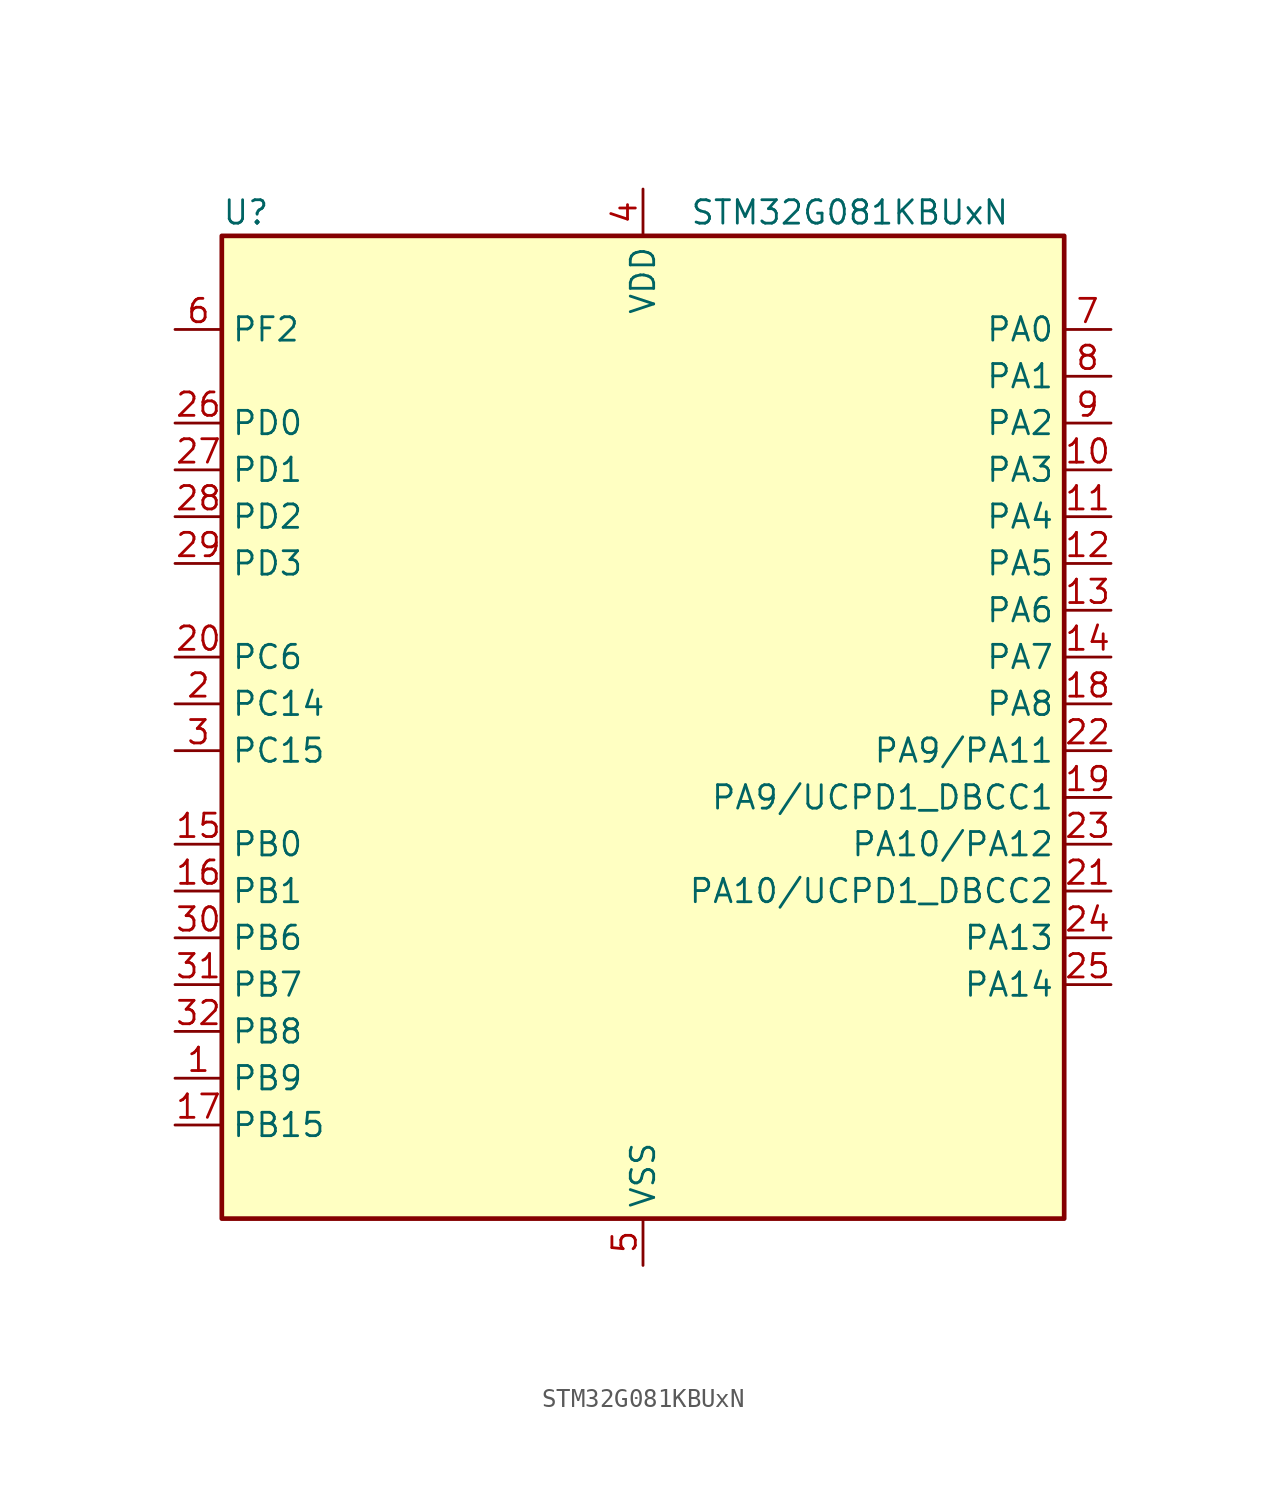
<source format=kicad_sym>
(kicad_symbol_lib
  (version 20231120)
  (generator "kicad-library-utils")
  (generator_version "8.0")
  (symbol "STM32G081KBUxN"
    (property "Reference" "U"
      (at -22.86 29.21 0)
      (effects (font (size 1.27 1.27)) (justify left)))
    (property "Value" "STM32G081KBUxN"
      (at 2.54 29.21 0)
      (effects (font (size 1.27 1.27)) (justify left)))
    (symbol "STM32G081KBUxN_0_1"
      (rectangle (start -22.86 -25.4) (end 22.86 27.94) (stroke (width 0.254) (type default)) (fill (type background))))
    (symbol "STM32G081KBUxN_1_1"
      (pin bidirectional line (at -25.4 -17.78 0) (length 2.54) (name "PB9" (effects (font (size 1.27 1.27)))) (number "1" (effects (font (size 1.27 1.27)))) (alternate "DAC1_EXTI9" bidirectional line) (alternate "I2C1_SDA" bidirectional line) (alternate "IR_OUT" bidirectional line) (alternate "SPI2_NSS" bidirectional line) (alternate "TIM17_CH1" bidirectional line) (alternate "UCPD2_FRSTX1" bidirectional line) (alternate "UCPD2_FRSTX2" bidirectional line) (alternate "USART3_RX" bidirectional line))
      (pin bidirectional line (at 25.4 15.24 180) (length 2.54) (name "PA3" (effects (font (size 1.27 1.27)))) (number "10" (effects (font (size 1.27 1.27)))) (alternate "ADC1_IN3" bidirectional line) (alternate "COMP2_INP" bidirectional line) (alternate "LPUART1_RX" bidirectional line) (alternate "SPI2_MISO" bidirectional line) (alternate "TIM15_CH2" bidirectional line) (alternate "TIM2_CH4" bidirectional line) (alternate "UCPD2_FRSTX1" bidirectional line) (alternate "UCPD2_FRSTX2" bidirectional line) (alternate "USART2_RX" bidirectional line))
      (pin bidirectional line (at 25.4 12.7 180) (length 2.54) (name "PA4" (effects (font (size 1.27 1.27)))) (number "11" (effects (font (size 1.27 1.27)))) (alternate "ADC1_IN4" bidirectional line) (alternate "DAC1_OUT1" bidirectional line) (alternate "I2S1_WS" bidirectional line) (alternate "LPTIM2_OUT" bidirectional line) (alternate "RTC_OUT_ALARM" bidirectional line) (alternate "RTC_OUT_CALIB" bidirectional line) (alternate "RTC_TAMP_IN1" bidirectional line) (alternate "RTC_TS" bidirectional line) (alternate "SPI1_NSS" bidirectional line) (alternate "SPI2_MOSI" bidirectional line) (alternate "SYS_WKUP2" bidirectional line) (alternate "TIM14_CH1" bidirectional line) (alternate "UCPD2_FRSTX1" bidirectional line) (alternate "UCPD2_FRSTX2" bidirectional line))
      (pin bidirectional line (at 25.4 10.16 180) (length 2.54) (name "PA5" (effects (font (size 1.27 1.27)))) (number "12" (effects (font (size 1.27 1.27)))) (alternate "ADC1_IN5" bidirectional line) (alternate "CEC" bidirectional line) (alternate "DAC1_OUT2" bidirectional line) (alternate "I2S1_CK" bidirectional line) (alternate "LPTIM2_ETR" bidirectional line) (alternate "SPI1_SCK" bidirectional line) (alternate "TIM2_CH1" bidirectional line) (alternate "TIM2_ETR" bidirectional line) (alternate "UCPD1_FRSTX1" bidirectional line) (alternate "UCPD1_FRSTX2" bidirectional line) (alternate "USART3_TX" bidirectional line))
      (pin bidirectional line (at 25.4 7.62 180) (length 2.54) (name "PA6" (effects (font (size 1.27 1.27)))) (number "13" (effects (font (size 1.27 1.27)))) (alternate "ADC1_IN6" bidirectional line) (alternate "COMP1_OUT" bidirectional line) (alternate "I2S1_MCK" bidirectional line) (alternate "LPUART1_CTS" bidirectional line) (alternate "SPI1_MISO" bidirectional line) (alternate "TIM16_CH1" bidirectional line) (alternate "TIM1_BK" bidirectional line) (alternate "TIM3_CH1" bidirectional line) (alternate "USART3_CTS" bidirectional line) (alternate "USART3_NSS" bidirectional line))
      (pin bidirectional line (at 25.4 5.08 180) (length 2.54) (name "PA7" (effects (font (size 1.27 1.27)))) (number "14" (effects (font (size 1.27 1.27)))) (alternate "ADC1_IN7" bidirectional line) (alternate "COMP2_OUT" bidirectional line) (alternate "I2S1_SD" bidirectional line) (alternate "SPI1_MOSI" bidirectional line) (alternate "TIM14_CH1" bidirectional line) (alternate "TIM17_CH1" bidirectional line) (alternate "TIM1_CH1N" bidirectional line) (alternate "TIM3_CH2" bidirectional line) (alternate "UCPD1_FRSTX1" bidirectional line) (alternate "UCPD1_FRSTX2" bidirectional line))
      (pin bidirectional line (at -25.4 -5.08 0) (length 2.54) (name "PB0" (effects (font (size 1.27 1.27)))) (number "15" (effects (font (size 1.27 1.27)))) (alternate "ADC1_IN8" bidirectional line) (alternate "COMP1_OUT" bidirectional line) (alternate "I2S1_WS" bidirectional line) (alternate "LPTIM1_OUT" bidirectional line) (alternate "SPI1_NSS" bidirectional line) (alternate "TIM1_CH2N" bidirectional line) (alternate "TIM3_CH3" bidirectional line) (alternate "UCPD1_FRSTX1" bidirectional line) (alternate "UCPD1_FRSTX2" bidirectional line) (alternate "USART3_RX" bidirectional line))
      (pin bidirectional line (at -25.4 -7.62 0) (length 2.54) (name "PB1" (effects (font (size 1.27 1.27)))) (number "16" (effects (font (size 1.27 1.27)))) (alternate "ADC1_IN9" bidirectional line) (alternate "COMP1_INM" bidirectional line) (alternate "LPTIM2_IN1" bidirectional line) (alternate "LPUART1_DE" bidirectional line) (alternate "LPUART1_RTS" bidirectional line) (alternate "TIM14_CH1" bidirectional line) (alternate "TIM1_CH3N" bidirectional line) (alternate "TIM3_CH4" bidirectional line) (alternate "USART3_CK" bidirectional line) (alternate "USART3_DE" bidirectional line) (alternate "USART3_RTS" bidirectional line))
      (pin bidirectional line (at -25.4 -20.32 0) (length 2.54) (name "PB15" (effects (font (size 1.27 1.27)))) (number "17" (effects (font (size 1.27 1.27)))) (alternate "RTC_REFIN" bidirectional line) (alternate "SPI2_MOSI" bidirectional line) (alternate "TIM15_CH1N" bidirectional line) (alternate "TIM15_CH2" bidirectional line) (alternate "TIM1_CH3N" bidirectional line) (alternate "UCPD1_CC2" bidirectional line))
      (pin bidirectional line (at 25.4 2.54 180) (length 2.54) (name "PA8" (effects (font (size 1.27 1.27)))) (number "18" (effects (font (size 1.27 1.27)))) (alternate "LPTIM2_OUT" bidirectional line) (alternate "RCC_MCO" bidirectional line) (alternate "SPI2_NSS" bidirectional line) (alternate "TIM1_CH1" bidirectional line) (alternate "UCPD1_CC1" bidirectional line))
      (pin bidirectional line (at 25.4 -2.54 180) (length 2.54) (name "PA9/UCPD1_DBCC1" (effects (font (size 1.27 1.27)))) (number "19" (effects (font (size 1.27 1.27)))) (alternate "PA9" bidirectional line) (alternate "DAC1_EXTI9 (PA9)" bidirectional line) (alternate "I2C1_SCL (PA9)" bidirectional line) (alternate "RCC_MCO (PA9)" bidirectional line) (alternate "SPI2_MISO (PA9)" bidirectional line) (alternate "TIM15_BK (PA9)" bidirectional line) (alternate "TIM1_CH2 (PA9)" bidirectional line) (alternate "UCPD1_DBCC1 (PA9)" bidirectional line) (alternate "USART1_TX (PA9)" bidirectional line) (alternate "UCPD1_DBCC1" bidirectional line) (alternate "UCPD1_DBCC1 (UCPD1_DBCC1)" bidirectional line))
      (pin bidirectional line (at -25.4 2.54 0) (length 2.54) (name "PC14" (effects (font (size 1.27 1.27)))) (number "2" (effects (font (size 1.27 1.27)))) (alternate "RCC_OSC32_IN" bidirectional line) (alternate "RCC_OSC_IN" bidirectional line) (alternate "TIM1_BK2" bidirectional line))
      (pin bidirectional line (at -25.4 5.08 0) (length 2.54) (name "PC6" (effects (font (size 1.27 1.27)))) (number "20" (effects (font (size 1.27 1.27)))) (alternate "TIM2_CH3" bidirectional line) (alternate "TIM3_CH1" bidirectional line) (alternate "UCPD1_FRSTX1" bidirectional line) (alternate "UCPD1_FRSTX2" bidirectional line))
      (pin bidirectional line (at 25.4 -7.62 180) (length 2.54) (name "PA10/UCPD1_DBCC2" (effects (font (size 1.27 1.27)))) (number "21" (effects (font (size 1.27 1.27)))) (alternate "PA10" bidirectional line) (alternate "I2C1_SDA (PA10)" bidirectional line) (alternate "SPI2_MOSI (PA10)" bidirectional line) (alternate "TIM17_BK (PA10)" bidirectional line) (alternate "TIM1_CH3 (PA10)" bidirectional line) (alternate "UCPD1_DBCC2 (PA10)" bidirectional line) (alternate "USART1_RX (PA10)" bidirectional line) (alternate "UCPD1_DBCC2" bidirectional line) (alternate "UCPD1_DBCC2 (UCPD1_DBCC2)" bidirectional line))
      (pin bidirectional line (at 25.4 0 180) (length 2.54) (name "PA9/PA11" (effects (font (size 1.27 1.27)))) (number "22" (effects (font (size 1.27 1.27)))) (alternate "PA9" bidirectional line) (alternate "DAC1_EXTI9 (PA9)" bidirectional line) (alternate "I2C1_SCL (PA9)" bidirectional line) (alternate "RCC_MCO (PA9)" bidirectional line) (alternate "SPI2_MISO (PA9)" bidirectional line) (alternate "TIM15_BK (PA9)" bidirectional line) (alternate "TIM1_CH2 (PA9)" bidirectional line) (alternate "USART1_TX (PA9)" bidirectional line) (alternate "PA11" bidirectional line) (alternate "ADC1_EXTI11 (PA11)" bidirectional line) (alternate "COMP1_OUT (PA11)" bidirectional line) (alternate "I2C2_SCL (PA11)" bidirectional line) (alternate "I2S1_MCK (PA11)" bidirectional line) (alternate "SPI1_MISO (PA11)" bidirectional line) (alternate "TIM1_BK2 (PA11)" bidirectional line) (alternate "TIM1_CH4 (PA11)" bidirectional line) (alternate "USART1_CTS (PA11)" bidirectional line) (alternate "USART1_NSS (PA11)" bidirectional line))
      (pin bidirectional line (at 25.4 -5.08 180) (length 2.54) (name "PA10/PA12" (effects (font (size 1.27 1.27)))) (number "23" (effects (font (size 1.27 1.27)))) (alternate "PA10" bidirectional line) (alternate "I2C1_SDA (PA10)" bidirectional line) (alternate "SPI2_MOSI (PA10)" bidirectional line) (alternate "TIM17_BK (PA10)" bidirectional line) (alternate "TIM1_CH3 (PA10)" bidirectional line) (alternate "USART1_RX (PA10)" bidirectional line) (alternate "PA12" bidirectional line) (alternate "COMP2_OUT (PA12)" bidirectional line) (alternate "I2C2_SDA (PA12)" bidirectional line) (alternate "I2S1_SD (PA12)" bidirectional line) (alternate "I2S_CKIN (PA12)" bidirectional line) (alternate "SPI1_MOSI (PA12)" bidirectional line) (alternate "TIM1_ETR (PA12)" bidirectional line) (alternate "USART1_CK (PA12)" bidirectional line) (alternate "USART1_DE (PA12)" bidirectional line) (alternate "USART1_RTS (PA12)" bidirectional line))
      (pin bidirectional line (at 25.4 -10.16 180) (length 2.54) (name "PA13" (effects (font (size 1.27 1.27)))) (number "24" (effects (font (size 1.27 1.27)))) (alternate "IR_OUT" bidirectional line) (alternate "SYS_SWDIO" bidirectional line))
      (pin bidirectional line (at 25.4 -12.7 180) (length 2.54) (name "PA14" (effects (font (size 1.27 1.27)))) (number "25" (effects (font (size 1.27 1.27)))) (alternate "SYS_SWCLK" bidirectional line) (alternate "USART2_TX" bidirectional line))
      (pin bidirectional line (at -25.4 17.78 0) (length 2.54) (name "PD0" (effects (font (size 1.27 1.27)))) (number "26" (effects (font (size 1.27 1.27)))) (alternate "SPI2_NSS" bidirectional line) (alternate "TIM16_CH1" bidirectional line) (alternate "UCPD2_CC1" bidirectional line))
      (pin bidirectional line (at -25.4 15.24 0) (length 2.54) (name "PD1" (effects (font (size 1.27 1.27)))) (number "27" (effects (font (size 1.27 1.27)))) (alternate "SPI2_SCK" bidirectional line) (alternate "TIM17_CH1" bidirectional line) (alternate "UCPD2_DBCC1" bidirectional line))
      (pin bidirectional line (at -25.4 12.7 0) (length 2.54) (name "PD2" (effects (font (size 1.27 1.27)))) (number "28" (effects (font (size 1.27 1.27)))) (alternate "TIM1_CH1N" bidirectional line) (alternate "TIM3_ETR" bidirectional line) (alternate "UCPD2_CC2" bidirectional line) (alternate "USART3_CK" bidirectional line) (alternate "USART3_DE" bidirectional line) (alternate "USART3_RTS" bidirectional line))
      (pin bidirectional line (at -25.4 10.16 0) (length 2.54) (name "PD3" (effects (font (size 1.27 1.27)))) (number "29" (effects (font (size 1.27 1.27)))) (alternate "SPI2_MISO" bidirectional line) (alternate "TIM1_CH2N" bidirectional line) (alternate "UCPD2_DBCC2" bidirectional line) (alternate "USART2_CTS" bidirectional line) (alternate "USART2_NSS" bidirectional line))
      (pin bidirectional line (at -25.4 0 0) (length 2.54) (name "PC15" (effects (font (size 1.27 1.27)))) (number "3" (effects (font (size 1.27 1.27)))) (alternate "RCC_OSC32_EN" bidirectional line) (alternate "RCC_OSC32_OUT" bidirectional line) (alternate "RCC_OSC_EN" bidirectional line) (alternate "TIM15_BK" bidirectional line))
      (pin bidirectional line (at -25.4 -10.16 0) (length 2.54) (name "PB6" (effects (font (size 1.27 1.27)))) (number "30" (effects (font (size 1.27 1.27)))) (alternate "COMP2_INP" bidirectional line) (alternate "I2C1_SCL" bidirectional line) (alternate "LPTIM1_ETR" bidirectional line) (alternate "SPI2_MISO" bidirectional line) (alternate "TIM16_CH1N" bidirectional line) (alternate "TIM1_CH3" bidirectional line) (alternate "USART1_TX" bidirectional line))
      (pin bidirectional line (at -25.4 -12.7 0) (length 2.54) (name "PB7" (effects (font (size 1.27 1.27)))) (number "31" (effects (font (size 1.27 1.27)))) (alternate "COMP2_INM" bidirectional line) (alternate "I2C1_SDA" bidirectional line) (alternate "LPTIM1_IN2" bidirectional line) (alternate "SPI2_MOSI" bidirectional line) (alternate "SYS_PVD_IN" bidirectional line) (alternate "TIM17_CH1N" bidirectional line) (alternate "USART1_RX" bidirectional line) (alternate "USART4_CTS" bidirectional line) (alternate "USART4_NSS" bidirectional line))
      (pin bidirectional line (at -25.4 -15.24 0) (length 2.54) (name "PB8" (effects (font (size 1.27 1.27)))) (number "32" (effects (font (size 1.27 1.27)))) (alternate "CEC" bidirectional line) (alternate "I2C1_SCL" bidirectional line) (alternate "SPI2_SCK" bidirectional line) (alternate "TIM15_BK" bidirectional line) (alternate "TIM16_CH1" bidirectional line) (alternate "USART3_TX" bidirectional line))
      (pin passive line (at 0 -27.94 90) (length 2.54) hide (name "VSS" (effects (font (size 1.27 1.27)))) (number "33" (effects (font (size 1.27 1.27)))))
      (pin power_in line (at 0 30.48 270) (length 2.54) (name "VDD" (effects (font (size 1.27 1.27)))) (number "4" (effects (font (size 1.27 1.27)))))
      (pin power_in line (at 0 -27.94 90) (length 2.54) (name "VSS" (effects (font (size 1.27 1.27)))) (number "5" (effects (font (size 1.27 1.27)))))
      (pin bidirectional line (at -25.4 22.86 0) (length 2.54) (name "PF2" (effects (font (size 1.27 1.27)))) (number "6" (effects (font (size 1.27 1.27)))) (alternate "RCC_MCO" bidirectional line))
      (pin bidirectional line (at 25.4 22.86 180) (length 2.54) (name "PA0" (effects (font (size 1.27 1.27)))) (number "7" (effects (font (size 1.27 1.27)))) (alternate "ADC1_IN0" bidirectional line) (alternate "COMP1_INM" bidirectional line) (alternate "COMP1_OUT" bidirectional line) (alternate "LPTIM1_OUT" bidirectional line) (alternate "RTC_TAMP_IN2" bidirectional line) (alternate "SPI2_SCK" bidirectional line) (alternate "SYS_WKUP1" bidirectional line) (alternate "TIM2_CH1" bidirectional line) (alternate "TIM2_ETR" bidirectional line) (alternate "UCPD2_FRSTX1" bidirectional line) (alternate "UCPD2_FRSTX2" bidirectional line) (alternate "USART2_CTS" bidirectional line) (alternate "USART2_NSS" bidirectional line) (alternate "USART4_TX" bidirectional line))
      (pin bidirectional line (at 25.4 20.32 180) (length 2.54) (name "PA1" (effects (font (size 1.27 1.27)))) (number "8" (effects (font (size 1.27 1.27)))) (alternate "ADC1_IN1" bidirectional line) (alternate "COMP1_INP" bidirectional line) (alternate "I2C1_SMBA" bidirectional line) (alternate "I2S1_CK" bidirectional line) (alternate "SPI1_SCK" bidirectional line) (alternate "TIM15_CH1N" bidirectional line) (alternate "TIM2_CH2" bidirectional line) (alternate "USART2_CK" bidirectional line) (alternate "USART2_DE" bidirectional line) (alternate "USART2_RTS" bidirectional line) (alternate "USART4_RX" bidirectional line))
      (pin bidirectional line (at 25.4 17.78 180) (length 2.54) (name "PA2" (effects (font (size 1.27 1.27)))) (number "9" (effects (font (size 1.27 1.27)))) (alternate "ADC1_IN2" bidirectional line) (alternate "COMP2_INM" bidirectional line) (alternate "COMP2_OUT" bidirectional line) (alternate "I2S1_SD" bidirectional line) (alternate "LPUART1_TX" bidirectional line) (alternate "RCC_LSCO" bidirectional line) (alternate "SPI1_MOSI" bidirectional line) (alternate "SYS_WKUP4" bidirectional line) (alternate "TIM15_CH1" bidirectional line) (alternate "TIM2_CH3" bidirectional line) (alternate "UCPD1_FRSTX1" bidirectional line) (alternate "UCPD1_FRSTX2" bidirectional line) (alternate "USART2_TX" bidirectional line)))))
</source>
